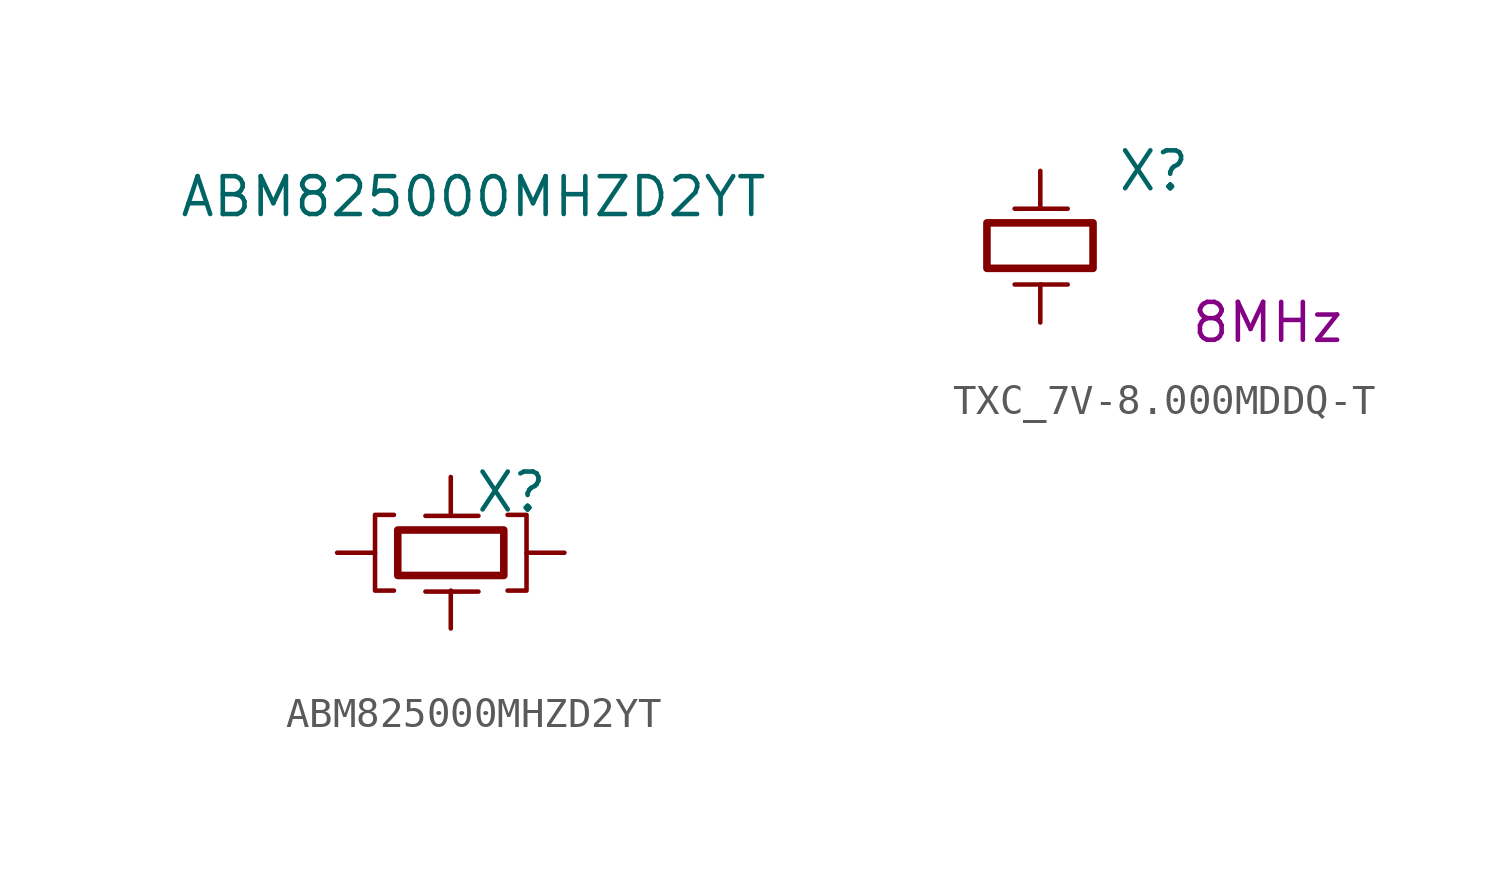
<source format=kicad_sym>
(kicad_symbol_lib
  (version 20211014)
  (generator kicad_symbol_editor)
  (symbol "ABM825000MHZD2YT"
    (pin_numbers hide)
    (pin_names hide)
    (property "Reference" "X"
      (at 2.032 2.032 0)
      (effects (font (size 1.27 1.27))))
    (property "Value" "ABM825000MHZD2YT"
      (at 0.762 11.938 0)
      (effects (font (size 1.27 1.27))))
    (symbol "ABM825000MHZD2YT_0_0"
      (pin passive line (at -3.81 0 0) (length 1.27) (name "~" (effects (font (size 1.27 1.27)))) (number "2" (effects (font (size 0 0)))))
      (pin passive line (at 3.81 0 180) (length 1.27) (name "~" (effects (font (size 1.27 1.27)))) (number "4" (effects (font (size 1.27 1.27))))))
    (symbol "ABM825000MHZD2YT_0_1"
      (polyline (pts (xy -1.905 1.27) (xy -2.54 1.27) (xy -2.54 -1.27) (xy -1.905 -1.27)) (stroke (width 0) (type default) (color 0 0 0 0)) (fill (type none)))
      (polyline (pts (xy 1.905 -1.27) (xy 2.54 -1.27) (xy 2.54 1.27) (xy 1.905 1.27)) (stroke (width 0) (type default) (color 0 0 0 0)) (fill (type none))))
    (symbol "ABM825000MHZD2YT_1_1"
      (rectangle (start -1.778 -0.762) (end 1.778 0.762) (stroke (width 0.254) (type default) (color 0 0 0 0)) (fill (type none)))
      (polyline (pts (xy 0.039 -1.303) (xy -0.85 -1.303)) (stroke (width 0.152) (type default) (color 0 0 0 0)) (fill (type none)))
      (polyline (pts (xy 0.039 -1.303) (xy 0.928 -1.303)) (stroke (width 0.152) (type default) (color 0 0 0 0)) (fill (type none)))
      (polyline (pts (xy 0.039 1.237) (xy -0.85 1.237)) (stroke (width 0.152) (type default) (color 0 0 0 0)) (fill (type none)))
      (polyline (pts (xy 0.039 1.237) (xy 0.928 1.237)) (stroke (width 0.152) (type default) (color 0 0 0 0)) (fill (type none)))
      (pin passive line (at 0 2.54 270) (length 1.27) (name "~" (effects (font (size 1.27 1.27)))) (number "1" (effects (font (size 0 0)))))
      (pin passive line (at 0 -2.54 90) (length 1.27) (name "~" (effects (font (size 1.27 1.27)))) (number "3" (effects (font (size 0 0)))))))
  (symbol "TXC_7V-8.000MDDQ-T"
    (property "Reference" "X"
      (at 3.81 2.54 0)
      (effects (font (size 1.27 1.27))))
    (property "Value_shown" "8MHz"
      (at 7.62 -2.54 0)
      (effects (font (size 1.27 1.27))))
    (symbol "TXC_7V-8.000MDDQ-T_1_1"
      (rectangle (start -1.788 -0.726) (end 1.768 0.798) (stroke (width 0.254) (type default) (color 0 0 0 0)) (fill (type none)))
      (polyline (pts (xy 0.029 -1.267) (xy -0.86 -1.267)) (stroke (width 0.152) (type default) (color 0 0 0 0)) (fill (type none)))
      (polyline (pts (xy 0.029 -1.267) (xy 0.918 -1.267)) (stroke (width 0.152) (type default) (color 0 0 0 0)) (fill (type none)))
      (polyline (pts (xy 0.029 1.273) (xy -0.86 1.273)) (stroke (width 0.152) (type default) (color 0 0 0 0)) (fill (type none)))
      (polyline (pts (xy 0.029 1.273) (xy 0.918 1.273)) (stroke (width 0.152) (type default) (color 0 0 0 0)) (fill (type none)))
      (pin passive line (at 0 2.54 270) (length 1.27) (name "~" (effects (font (size 1.27 1.27)))) (number "1" (effects (font (size 0 0)))))
      (pin passive line (at 0 -2.54 90) (length 1.27) (name "~" (effects (font (size 1.27 1.27)))) (number "2" (effects (font (size 0 0))))))))
</source>
